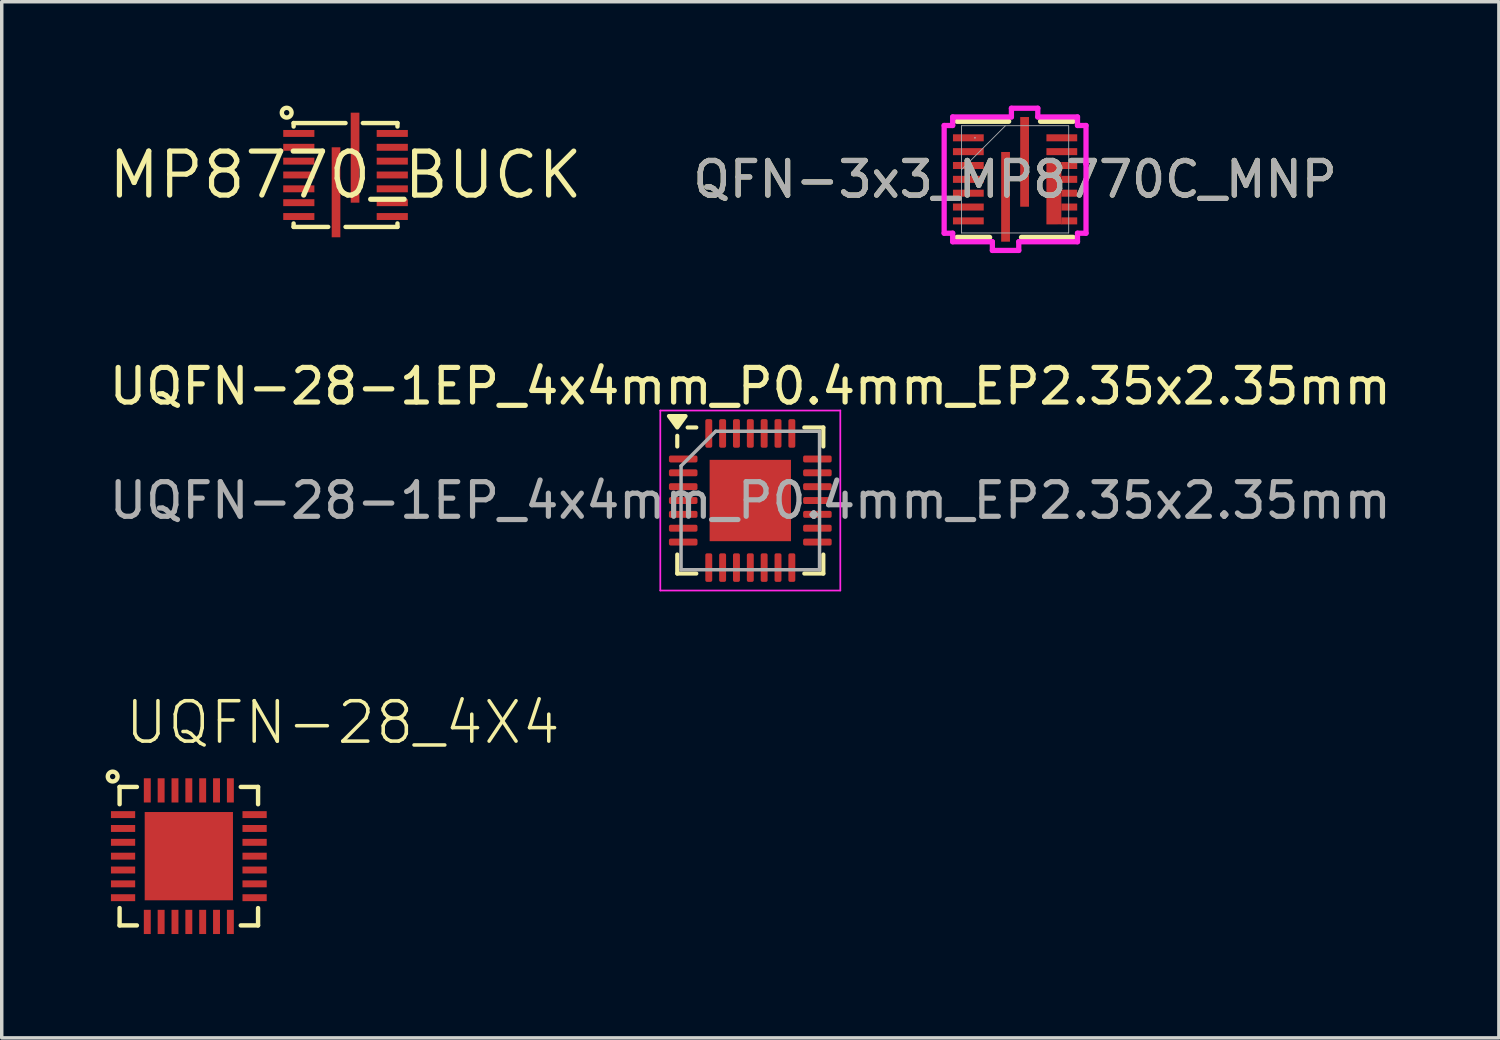
<source format=kicad_pcb>
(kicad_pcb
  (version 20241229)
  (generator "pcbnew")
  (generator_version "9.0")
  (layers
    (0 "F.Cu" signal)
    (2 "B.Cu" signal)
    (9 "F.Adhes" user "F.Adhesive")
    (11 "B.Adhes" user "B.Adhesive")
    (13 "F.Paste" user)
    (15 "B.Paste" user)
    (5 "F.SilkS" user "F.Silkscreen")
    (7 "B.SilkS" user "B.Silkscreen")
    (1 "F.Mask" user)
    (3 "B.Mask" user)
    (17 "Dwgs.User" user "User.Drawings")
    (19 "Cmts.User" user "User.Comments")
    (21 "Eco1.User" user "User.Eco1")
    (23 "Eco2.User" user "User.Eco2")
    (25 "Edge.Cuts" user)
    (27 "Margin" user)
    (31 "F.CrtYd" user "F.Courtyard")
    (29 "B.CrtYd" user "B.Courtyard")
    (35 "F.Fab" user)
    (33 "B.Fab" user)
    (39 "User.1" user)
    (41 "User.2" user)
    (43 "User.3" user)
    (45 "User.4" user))
  (footprint "UQFN-28-1EP_4x4mm_P0.4mm_EP2.35x2.35mm"
    (layer "F.Cu")
    (at 18.625 11.409)
    (property "Reference" "UQFN-28-1EP_4x4mm_P0.4mm_EP2.35x2.35mm" (at 0 -3.3 0) (layer "F.SilkS") (effects (font (size 1 1) (thickness 0.15))))
    (attr smd)
    (fp_line (start -2.11 -1.56) (end -2.11 -1.87) (stroke (width 0.12) (type solid)) (layer "F.SilkS"))
    (fp_line (start -2.11 2.11) (end -2.11 1.56) (stroke (width 0.12) (type solid)) (layer "F.SilkS"))
    (fp_line (start -1.56 -2.11) (end -1.81 -2.11) (stroke (width 0.12) (type solid)) (layer "F.SilkS"))
    (fp_line (start -1.56 2.11) (end -2.11 2.11) (stroke (width 0.12) (type solid)) (layer "F.SilkS"))
    (fp_line (start 1.56 -2.11) (end 2.11 -2.11) (stroke (width 0.12) (type solid)) (layer "F.SilkS"))
    (fp_line (start 1.56 2.11) (end 2.11 2.11) (stroke (width 0.12) (type solid)) (layer "F.SilkS"))
    (fp_line (start 2.11 -2.11) (end 2.11 -1.56) (stroke (width 0.12) (type solid)) (layer "F.SilkS"))
    (fp_line (start 2.11 2.11) (end 2.11 1.56) (stroke (width 0.12) (type solid)) (layer "F.SilkS"))
    (fp_poly (pts (xy -2.11 -2.11) (xy -2.35 -2.44) (xy -1.87 -2.44) (xy -2.11 -2.11)) (stroke (width 0.12) (type solid)) (fill yes) (layer "F.SilkS"))
    (fp_line (start -2.6 -2.6) (end -2.6 2.6) (stroke (width 0.05) (type solid)) (layer "F.CrtYd"))
    (fp_line (start -2.6 2.6) (end 2.6 2.6) (stroke (width 0.05) (type solid)) (layer "F.CrtYd"))
    (fp_line (start 2.6 -2.6) (end -2.6 -2.6) (stroke (width 0.05) (type solid)) (layer "F.CrtYd"))
    (fp_line (start 2.6 2.6) (end 2.6 -2.6) (stroke (width 0.05) (type solid)) (layer "F.CrtYd"))
    (fp_line (start -2 -1) (end -1 -2) (stroke (width 0.1) (type solid)) (layer "F.Fab"))
    (fp_line (start -2 2) (end -2 -1) (stroke (width 0.1) (type solid)) (layer "F.Fab"))
    (fp_line (start -1 -2) (end 2 -2) (stroke (width 0.1) (type solid)) (layer "F.Fab"))
    (fp_line (start 2 -2) (end 2 2) (stroke (width 0.1) (type solid)) (layer "F.Fab"))
    (fp_line (start 2 2) (end -2 2) (stroke (width 0.1) (type solid)) (layer "F.Fab"))
    (fp_text user "${REFERENCE}" (at 0 0 0) (layer "F.Fab") (effects (font (size 1 1) (thickness 0.15))))
    (pad "" smd roundrect (at -0.59 -0.59) (size 0.95 0.95) (layers "F.Paste") (roundrect_rratio 0.25))
    (pad "" smd roundrect (at -0.59 0.59) (size 0.95 0.95) (layers "F.Paste") (roundrect_rratio 0.25))
    (pad "" smd roundrect (at 0.59 -0.59) (size 0.95 0.95) (layers "F.Paste") (roundrect_rratio 0.25))
    (pad "" smd roundrect (at 0.59 0.59) (size 0.95 0.95) (layers "F.Paste") (roundrect_rratio 0.25))
    (pad "1" smd roundrect (at -1.938 -1.2) (size 0.825 0.2) (layers "F.Cu" "F.Mask" "F.Paste") (roundrect_rratio 0.25))
    (pad "2" smd roundrect (at -1.938 -0.8) (size 0.825 0.2) (layers "F.Cu" "F.Mask" "F.Paste") (roundrect_rratio 0.25))
    (pad "3" smd roundrect (at -1.938 -0.4) (size 0.825 0.2) (layers "F.Cu" "F.Mask" "F.Paste") (roundrect_rratio 0.25))
    (pad "4" smd roundrect (at -1.938 0) (size 0.825 0.2) (layers "F.Cu" "F.Mask" "F.Paste") (roundrect_rratio 0.25))
    (pad "5" smd roundrect (at -1.938 0.4) (size 0.825 0.2) (layers "F.Cu" "F.Mask" "F.Paste") (roundrect_rratio 0.25))
    (pad "6" smd roundrect (at -1.938 0.8) (size 0.825 0.2) (layers "F.Cu" "F.Mask" "F.Paste") (roundrect_rratio 0.25))
    (pad "7" smd roundrect (at -1.938 1.2) (size 0.825 0.2) (layers "F.Cu" "F.Mask" "F.Paste") (roundrect_rratio 0.25))
    (pad "8" smd roundrect (at -1.2 1.938) (size 0.2 0.825) (layers "F.Cu" "F.Mask" "F.Paste") (roundrect_rratio 0.25))
    (pad "9" smd roundrect (at -0.8 1.938) (size 0.2 0.825) (layers "F.Cu" "F.Mask" "F.Paste") (roundrect_rratio 0.25))
    (pad "10" smd roundrect (at -0.4 1.938) (size 0.2 0.825) (layers "F.Cu" "F.Mask" "F.Paste") (roundrect_rratio 0.25))
    (pad "11" smd roundrect (at 0 1.938) (size 0.2 0.825) (layers "F.Cu" "F.Mask" "F.Paste") (roundrect_rratio 0.25))
    (pad "12" smd roundrect (at 0.4 1.938) (size 0.2 0.825) (layers "F.Cu" "F.Mask" "F.Paste") (roundrect_rratio 0.25))
    (pad "13" smd roundrect (at 0.8 1.938) (size 0.2 0.825) (layers "F.Cu" "F.Mask" "F.Paste") (roundrect_rratio 0.25))
    (pad "14" smd roundrect (at 1.2 1.938) (size 0.2 0.825) (layers "F.Cu" "F.Mask" "F.Paste") (roundrect_rratio 0.25))
    (pad "15" smd roundrect (at 1.938 1.2) (size 0.825 0.2) (layers "F.Cu" "F.Mask" "F.Paste") (roundrect_rratio 0.25))
    (pad "16" smd roundrect (at 1.938 0.8) (size 0.825 0.2) (layers "F.Cu" "F.Mask" "F.Paste") (roundrect_rratio 0.25))
    (pad "17" smd roundrect (at 1.938 0.4) (size 0.825 0.2) (layers "F.Cu" "F.Mask" "F.Paste") (roundrect_rratio 0.25))
    (pad "18" smd roundrect (at 1.938 0) (size 0.825 0.2) (layers "F.Cu" "F.Mask" "F.Paste") (roundrect_rratio 0.25))
    (pad "19" smd roundrect (at 1.938 -0.4) (size 0.825 0.2) (layers "F.Cu" "F.Mask" "F.Paste") (roundrect_rratio 0.25))
    (pad "20" smd roundrect (at 1.938 -0.8) (size 0.825 0.2) (layers "F.Cu" "F.Mask" "F.Paste") (roundrect_rratio 0.25))
    (pad "21" smd roundrect (at 1.938 -1.2) (size 0.825 0.2) (layers "F.Cu" "F.Mask" "F.Paste") (roundrect_rratio 0.25))
    (pad "22" smd roundrect (at 1.2 -1.938) (size 0.2 0.825) (layers "F.Cu" "F.Mask" "F.Paste") (roundrect_rratio 0.25))
    (pad "23" smd roundrect (at 0.8 -1.938) (size 0.2 0.825) (layers "F.Cu" "F.Mask" "F.Paste") (roundrect_rratio 0.25))
    (pad "24" smd roundrect (at 0.4 -1.938) (size 0.2 0.825) (layers "F.Cu" "F.Mask" "F.Paste") (roundrect_rratio 0.25))
    (pad "25" smd roundrect (at 0 -1.938) (size 0.2 0.825) (layers "F.Cu" "F.Mask" "F.Paste") (roundrect_rratio 0.25))
    (pad "26" smd roundrect (at -0.4 -1.938) (size 0.2 0.825) (layers "F.Cu" "F.Mask" "F.Paste") (roundrect_rratio 0.25))
    (pad "27" smd roundrect (at -0.8 -1.938) (size 0.2 0.825) (layers "F.Cu" "F.Mask" "F.Paste") (roundrect_rratio 0.25))
    (pad "28" smd roundrect (at -1.2 -1.938) (size 0.2 0.825) (layers "F.Cu" "F.Mask" "F.Paste") (roundrect_rratio 0.25))
    (pad "29" smd rect (at 0 0) (size 2.35 2.35) (property pad_prop_heatsink) (layers "F.Cu" "F.Mask")))
  (footprint "UQFN-28_4X4"
    (layer "F.Cu")
    (at 2.405 21.683)
    (property "Reference" "UQFN-28_4X4" (at -1.905 -3.175 0) (unlocked yes) (layer "F.SilkS") (effects (font (size 1.168 1.168) (thickness 0.102)) (justify left bottom)))
    (fp_line (start -2 -2) (end -1.5 -2) (stroke (width 0.127) (type solid)) (layer "F.SilkS"))
    (fp_line (start -2 -1.5) (end -2 -2) (stroke (width 0.127) (type solid)) (layer "F.SilkS"))
    (fp_line (start -2 2) (end -2 1.5) (stroke (width 0.127) (type solid)) (layer "F.SilkS"))
    (fp_line (start -1.5 2) (end -2 2) (stroke (width 0.127) (type solid)) (layer "F.SilkS"))
    (fp_line (start 1.5 -2) (end 2 -2) (stroke (width 0.127) (type solid)) (layer "F.SilkS"))
    (fp_line (start 2 -2) (end 2 -1.5) (stroke (width 0.127) (type solid)) (layer "F.SilkS"))
    (fp_line (start 2 1.5) (end 2 2) (stroke (width 0.127) (type solid)) (layer "F.SilkS"))
    (fp_line (start 2 2) (end 1.5 2) (stroke (width 0.127) (type solid)) (layer "F.SilkS"))
    (fp_circle (center -2.2 -2.3) (end -2.059 -2.3) (stroke (width 0.127) (type solid)) (fill no) (layer "F.SilkS"))
    (pad "P$1" smd rect (at -1.9 -1.2 90) (size 0.2 0.7) (layers "F.Cu" "F.Mask" "F.Paste"))
    (pad "P$2" smd rect (at -1.9 -0.8 90) (size 0.2 0.7) (layers "F.Cu" "F.Mask" "F.Paste"))
    (pad "P$3" smd rect (at -1.9 -0.4 90) (size 0.2 0.7) (layers "F.Cu" "F.Mask" "F.Paste"))
    (pad "P$4" smd rect (at -1.9 0 90) (size 0.2 0.7) (layers "F.Cu" "F.Mask" "F.Paste"))
    (pad "P$5" smd rect (at -1.9 0.4 90) (size 0.2 0.7) (layers "F.Cu" "F.Mask" "F.Paste"))
    (pad "P$6" smd rect (at -1.9 0.8 90) (size 0.2 0.7) (layers "F.Cu" "F.Mask" "F.Paste"))
    (pad "P$7" smd rect (at -1.9 1.2 90) (size 0.2 0.7) (layers "F.Cu" "F.Mask" "F.Paste"))
    (pad "P$8" smd rect (at -1.2 1.9 180) (size 0.2 0.7) (layers "F.Cu" "F.Mask" "F.Paste"))
    (pad "P$9" smd rect (at -0.8 1.9 180) (size 0.2 0.7) (layers "F.Cu" "F.Mask" "F.Paste"))
    (pad "P$10" smd rect (at -0.4 1.9 180) (size 0.2 0.7) (layers "F.Cu" "F.Mask" "F.Paste"))
    (pad "P$11" smd rect (at 0 1.9 180) (size 0.2 0.7) (layers "F.Cu" "F.Mask" "F.Paste"))
    (pad "P$12" smd rect (at 0.4 1.9 180) (size 0.2 0.7) (layers "F.Cu" "F.Mask" "F.Paste"))
    (pad "P$13" smd rect (at 0.8 1.9 180) (size 0.2 0.7) (layers "F.Cu" "F.Mask" "F.Paste"))
    (pad "P$14" smd rect (at 1.2 1.9 180) (size 0.2 0.7) (layers "F.Cu" "F.Mask" "F.Paste"))
    (pad "P$15" smd rect (at 1.9 1.2 270) (size 0.2 0.7) (layers "F.Cu" "F.Mask" "F.Paste"))
    (pad "P$16" smd rect (at 1.9 0.8 270) (size 0.2 0.7) (layers "F.Cu" "F.Mask" "F.Paste"))
    (pad "P$17" smd rect (at 1.9 0.4 270) (size 0.2 0.7) (layers "F.Cu" "F.Mask" "F.Paste"))
    (pad "P$18" smd rect (at 1.9 0 270) (size 0.2 0.7) (layers "F.Cu" "F.Mask" "F.Paste"))
    (pad "P$19" smd rect (at 1.9 -0.4 270) (size 0.2 0.7) (layers "F.Cu" "F.Mask" "F.Paste"))
    (pad "P$20" smd rect (at 1.9 -0.8 270) (size 0.2 0.7) (layers "F.Cu" "F.Mask" "F.Paste"))
    (pad "P$21" smd rect (at 1.9 -1.2 270) (size 0.2 0.7) (layers "F.Cu" "F.Mask" "F.Paste"))
    (pad "P$22" smd rect (at 1.2 -1.9) (size 0.2 0.7) (layers "F.Cu" "F.Mask" "F.Paste"))
    (pad "P$23" smd rect (at 0.8 -1.9) (size 0.2 0.7) (layers "F.Cu" "F.Mask" "F.Paste"))
    (pad "P$24" smd rect (at 0.4 -1.9) (size 0.2 0.7) (layers "F.Cu" "F.Mask" "F.Paste"))
    (pad "P$25" smd rect (at 0 -1.9) (size 0.2 0.7) (layers "F.Cu" "F.Mask" "F.Paste"))
    (pad "P$26" smd rect (at -0.4 -1.9) (size 0.2 0.7) (layers "F.Cu" "F.Mask" "F.Paste"))
    (pad "P$27" smd rect (at -0.8 -1.9) (size 0.2 0.7) (layers "F.Cu" "F.Mask" "F.Paste"))
    (pad "P$28" smd rect (at -1.2 -1.9) (size 0.2 0.7) (layers "F.Cu" "F.Mask" "F.Paste"))
    (pad "PAD" smd rect (at 0 0) (size 2.55 2.55) (layers "F.Cu" "F.Mask" "F.Paste")))
  (footprint "MP8770_BUCK"
    (layer "F.Cu")
    (at 6.932 2.005)
    (property "Reference" "MP8770_BUCK" (at 0 0 0) (layer "F.SilkS") (effects (font (size 1.27 1.27) (thickness 0.15))))
    (fp_poly (pts (xy -1.909 -1.048) (xy -0.791 -1.048) (xy -0.791 -1.352) (xy -1.909 -1.352)) (stroke (width 0) (type default)) (fill yes) (layer "F.Mask"))
    (fp_poly (pts (xy -1.909 -0.648) (xy -0.791 -0.648) (xy -0.791 -0.952) (xy -1.909 -0.952)) (stroke (width 0) (type default)) (fill yes) (layer "F.Mask"))
    (fp_poly (pts (xy -1.909 -0.248) (xy -0.791 -0.248) (xy -0.791 -0.552) (xy -1.909 -0.552)) (stroke (width 0) (type default)) (fill yes) (layer "F.Mask"))
    (fp_poly (pts (xy -1.909 0.152) (xy -0.791 0.152) (xy -0.791 -0.152) (xy -1.909 -0.152)) (stroke (width 0) (type default)) (fill yes) (layer "F.Mask"))
    (fp_poly (pts (xy -1.909 0.552) (xy -0.791 0.552) (xy -0.791 0.248) (xy -1.909 0.248)) (stroke (width 0) (type default)) (fill yes) (layer "F.Mask"))
    (fp_poly (pts (xy -1.909 0.952) (xy -0.791 0.952) (xy -0.791 0.648) (xy -1.909 0.648)) (stroke (width 0) (type default)) (fill yes) (layer "F.Mask"))
    (fp_poly (pts (xy -1.909 1.352) (xy -0.791 1.352) (xy -0.791 1.048) (xy -1.909 1.048)) (stroke (width 0) (type default)) (fill yes) (layer "F.Mask"))
    (fp_poly (pts (xy 0.791 -1.048) (xy 1.909 -1.048) (xy 1.909 -1.352) (xy 0.791 -1.352)) (stroke (width 0) (type default)) (fill yes) (layer "F.Mask"))
    (fp_poly (pts (xy 0.791 -0.648) (xy 1.909 -0.648) (xy 1.909 -0.952) (xy 0.791 -0.952)) (stroke (width 0) (type default)) (fill yes) (layer "F.Mask"))
    (fp_poly (pts (xy 0.791 -0.248) (xy 1.909 -0.248) (xy 1.909 -0.552) (xy 0.791 -0.552)) (stroke (width 0) (type default)) (fill yes) (layer "F.Mask"))
    (fp_poly (pts (xy 0.791 0.152) (xy 1.909 0.152) (xy 1.909 -0.152) (xy 0.791 -0.152)) (stroke (width 0) (type default)) (fill yes) (layer "F.Mask"))
    (fp_poly (pts (xy 0.791 0.552) (xy 1.909 0.552) (xy 1.909 0.248) (xy 0.791 0.248)) (stroke (width 0) (type default)) (fill yes) (layer "F.Mask"))
    (fp_poly (pts (xy 0.791 0.952) (xy 1.909 0.952) (xy 1.909 0.648) (xy 0.791 0.648)) (stroke (width 0) (type default)) (fill yes) (layer "F.Mask"))
    (fp_poly (pts (xy 0.791 1.352) (xy 1.909 1.352) (xy 1.909 1.048) (xy 0.791 1.048)) (stroke (width 0) (type default)) (fill yes) (layer "F.Mask"))
    (fp_line (start -1.5 -1.5) (end -1.5 -1.4) (stroke (width 0.127) (type solid)) (layer "F.SilkS"))
    (fp_line (start -1.5 -1.5) (end 0 -1.5) (stroke (width 0.127) (type solid)) (layer "F.SilkS"))
    (fp_line (start -1.5 1.5) (end -1.5 1.4) (stroke (width 0.127) (type solid)) (layer "F.SilkS"))
    (fp_line (start -0.5 1.5) (end -1.5 1.5) (stroke (width 0.127) (type solid)) (layer "F.SilkS"))
    (fp_line (start 0.5 -1.5) (end 1.5 -1.5) (stroke (width 0.127) (type solid)) (layer "F.SilkS"))
    (fp_line (start 1.5 -1.5) (end 1.5 -1.4) (stroke (width 0.127) (type solid)) (layer "F.SilkS"))
    (fp_line (start 1.5 1.4) (end 1.5 1.5) (stroke (width 0.127) (type solid)) (layer "F.SilkS"))
    (fp_line (start 1.5 1.5) (end 0 1.5) (stroke (width 0.127) (type solid)) (layer "F.SilkS"))
    (fp_circle (center -1.7 -1.8) (end -1.559 -1.8) (stroke (width 0.127) (type solid)) (fill no) (layer "F.SilkS"))
    (pad "1" smd rect (at -1.35 -1.2) (size 0.9 0.2) (layers "F.Cu" "F.Paste"))
    (pad "2" smd rect (at -1.35 -0.8) (size 0.9 0.2) (layers "F.Cu" "F.Paste"))
    (pad "3" smd rect (at -1.35 -0.4) (size 0.9 0.2) (layers "F.Cu" "F.Paste"))
    (pad "4" smd rect (at -1.35 0) (size 0.9 0.2) (layers "F.Cu" "F.Paste"))
    (pad "5" smd rect (at -1.35 0.4) (size 0.9 0.2) (layers "F.Cu" "F.Paste"))
    (pad "6" smd rect (at -1.35 0.8) (size 0.9 0.2) (layers "F.Cu" "F.Paste"))
    (pad "7" smd rect (at -1.35 1.2) (size 0.9 0.2) (layers "F.Cu" "F.Paste"))
    (pad "8" smd rect (at -0.275 0.5 90) (size 2.6 0.25) (layers "F.Cu" "F.Mask" "F.Paste"))
    (pad "9" smd rect (at 1.35 1.2 180) (size 0.9 0.2) (layers "F.Cu" "F.Paste"))
    (pad "10" smd rect (at 1.35 0.8 180) (size 0.9 0.2) (layers "F.Cu" "F.Paste"))
    (pad "11" smd rect (at 1.35 0.4 180) (size 0.9 0.2) (layers "F.Cu" "F.Paste"))
    (pad "12" smd rect (at 1.35 0 180) (size 0.9 0.2) (layers "F.Cu" "F.Paste"))
    (pad "13" smd rect (at 1.35 -0.4 180) (size 0.9 0.2) (layers "F.Cu" "F.Paste"))
    (pad "14" smd rect (at 1.35 -0.8 180) (size 0.9 0.2) (layers "F.Cu" "F.Paste"))
    (pad "15" smd rect (at 1.35 -1.2 180) (size 0.9 0.2) (layers "F.Cu" "F.Paste"))
    (pad "16" smd rect (at 0.275 -0.5 270) (size 2.6 0.25) (layers "F.Cu" "F.Mask" "F.Paste")))
  (footprint "QFN-3x3_MP8770C_MNP"
    (layer "F.Cu")
    (at 26.274 2.131)
    (property "Reference" "QFN-3x3_MP8770C_MNP" (at 0 0 0) (unlocked yes) (layer "F.SilkS") (effects (font (size 1 1) (thickness 0.15))))
    (attr smd)
    (fp_poly (pts (xy 0.905 -0.502) (xy 1.337 -0.502) (xy 1.337 -0.298) (xy 1.337 -0.102) (xy 1.337 0.102) (xy 1.337 0.298) (xy 1.337 0.502) (xy 1.337 0.698) (xy 1.337 0.902) (xy 1.337 1.098) (xy 1.35 1.3) (xy 0.905 1.302)) (stroke (width 0) (type solid)) (fill yes) (layer "F.Cu"))
    (fp_poly (pts (xy 0.905 -0.502) (xy 1.337 -0.502) (xy 1.337 -0.298) (xy 1.337 -0.102) (xy 1.337 0.102) (xy 1.337 0.298) (xy 1.337 0.502) (xy 1.337 0.698) (xy 1.337 0.902) (xy 1.337 1.098) (xy 1.35 1.3) (xy 0.905 1.302)) (stroke (width 0) (type solid)) (fill yes) (layer "F.Mask"))
    (fp_line (start -1.676 -1.676) (end -0.185 -1.676) (stroke (width 0.152) (type solid)) (layer "F.SilkS"))
    (fp_line (start -0.735 1.676) (end -1.676 1.676) (stroke (width 0.152) (type solid)) (layer "F.SilkS"))
    (fp_line (start 0.735 -1.676) (end 1.676 -1.676) (stroke (width 0.152) (type solid)) (layer "F.SilkS"))
    (fp_line (start 1.676 1.676) (end 0.185 1.676) (stroke (width 0.152) (type solid)) (layer "F.SilkS"))
    (fp_poly (pts (xy 0.905 -0.502) (xy 1.337 -0.502) (xy 1.337 -0.298) (xy 1.337 -0.102) (xy 1.337 0.102) (xy 1.337 0.298) (xy 1.337 0.502) (xy 1.337 0.698) (xy 1.337 0.902) (xy 1.337 1.098) (xy 1.35 1.3) (xy 0.905 1.302)) (stroke (width 0) (type solid)) (fill yes) (layer "F.Paste"))
    (fp_line (start -2.049 -1.556) (end -2.049 1.556) (stroke (width 0.152) (type solid)) (layer "F.CrtYd"))
    (fp_line (start -2.049 1.556) (end -1.803 1.556) (stroke (width 0.152) (type solid)) (layer "F.CrtYd"))
    (fp_line (start -1.803 -1.803) (end -1.803 -1.556) (stroke (width 0.152) (type solid)) (layer "F.CrtYd"))
    (fp_line (start -1.803 -1.556) (end -2.049 -1.556) (stroke (width 0.152) (type solid)) (layer "F.CrtYd"))
    (fp_line (start -1.803 1.556) (end -1.803 1.803) (stroke (width 0.152) (type solid)) (layer "F.CrtYd"))
    (fp_line (start -1.803 1.803) (end -0.656 1.803) (stroke (width 0.152) (type solid)) (layer "F.CrtYd"))
    (fp_line (start -0.656 1.803) (end -0.656 2.054) (stroke (width 0.152) (type solid)) (layer "F.CrtYd"))
    (fp_line (start -0.656 2.054) (end 0.106 2.054) (stroke (width 0.152) (type solid)) (layer "F.CrtYd"))
    (fp_line (start -0.106 -2.054) (end -0.106 -1.803) (stroke (width 0.152) (type solid)) (layer "F.CrtYd"))
    (fp_line (start -0.106 -1.803) (end -1.803 -1.803) (stroke (width 0.152) (type solid)) (layer "F.CrtYd"))
    (fp_line (start 0.106 1.803) (end 1.803 1.803) (stroke (width 0.152) (type solid)) (layer "F.CrtYd"))
    (fp_line (start 0.106 2.054) (end 0.106 1.803) (stroke (width 0.152) (type solid)) (layer "F.CrtYd"))
    (fp_line (start 0.656 -2.054) (end -0.106 -2.054) (stroke (width 0.152) (type solid)) (layer "F.CrtYd"))
    (fp_line (start 0.656 -1.803) (end 0.656 -2.054) (stroke (width 0.152) (type solid)) (layer "F.CrtYd"))
    (fp_line (start 1.803 -1.803) (end 0.656 -1.803) (stroke (width 0.152) (type solid)) (layer "F.CrtYd"))
    (fp_line (start 1.803 -1.556) (end 1.803 -1.803) (stroke (width 0.152) (type solid)) (layer "F.CrtYd"))
    (fp_line (start 1.803 1.556) (end 2.049 1.556) (stroke (width 0.152) (type solid)) (layer "F.CrtYd"))
    (fp_line (start 1.803 1.803) (end 1.803 1.556) (stroke (width 0.152) (type solid)) (layer "F.CrtYd"))
    (fp_line (start 2.049 -1.556) (end 1.803 -1.556) (stroke (width 0.152) (type solid)) (layer "F.CrtYd"))
    (fp_line (start 2.049 -0.444) (end 2.049 -1.556) (stroke (width 0.152) (type solid)) (layer "F.CrtYd"))
    (fp_line (start 2.049 -0.444) (end 2.049 -0.444) (stroke (width 0.152) (type solid)) (layer "F.CrtYd"))
    (fp_line (start 2.049 1.556) (end 2.049 -0.444) (stroke (width 0.152) (type solid)) (layer "F.CrtYd"))
    (fp_line (start -1.549 -1.549) (end -1.549 1.549) (stroke (width 0.025) (type solid)) (layer "F.Fab"))
    (fp_line (start -1.549 -0.279) (end -0.279 -1.549) (stroke (width 0.025) (type solid)) (layer "F.Fab"))
    (fp_line (start -1.549 1.549) (end 1.549 1.549) (stroke (width 0.025) (type solid)) (layer "F.Fab"))
    (fp_line (start 1.549 -1.549) (end -1.549 -1.549) (stroke (width 0.025) (type solid)) (layer "F.Fab"))
    (fp_line (start 1.549 1.549) (end 1.549 -1.549) (stroke (width 0.025) (type solid)) (layer "F.Fab"))
    (fp_circle (center -1.159 -1.2) (end -1.159 -1.2) (stroke (width 0.025) (type solid)) (fill no) (layer "F.Fab"))
    (fp_text user "${REFERENCE}" (at 0 0 0) (unlocked yes) (layer "F.Fab") (effects (font (size 1 1) (thickness 0.15))))
    (pad "1" smd rect (at -1.35 -1.2) (size 0.889 0.203) (layers "F.Cu" "F.Mask" "F.Paste"))
    (pad "2" smd rect (at -1.35 -0.8) (size 0.889 0.203) (layers "F.Cu" "F.Mask" "F.Paste"))
    (pad "3" smd rect (at -1.35 -0.4) (size 0.889 0.203) (layers "F.Cu" "F.Mask" "F.Paste"))
    (pad "4" smd rect (at -1.35 0) (size 0.889 0.203) (layers "F.Cu" "F.Mask" "F.Paste"))
    (pad "5" smd rect (at -1.35 0.4) (size 0.889 0.203) (layers "F.Cu" "F.Mask" "F.Paste"))
    (pad "6" smd rect (at -1.35 0.8) (size 0.889 0.203) (layers "F.Cu" "F.Mask" "F.Paste"))
    (pad "7" smd rect (at -1.35 1.2) (size 0.889 0.203) (layers "F.Cu" "F.Mask" "F.Paste"))
    (pad "8" smd rect (at -0.275 0.505 90) (size 2.591 0.254) (layers "F.Cu" "F.Mask" "F.Paste"))
    (pad "9" smd rect (at 1.566 1.2) (size 0.457 0.203) (layers "F.Cu" "F.Mask" "F.Paste"))
    (pad "10" smd rect (at 1.566 0.8) (size 0.457 0.203) (layers "F.Cu" "F.Mask" "F.Paste"))
    (pad "11" smd rect (at 1.566 0.4) (size 0.457 0.203) (layers "F.Cu" "F.Mask" "F.Paste"))
    (pad "12" smd rect (at 1.566 0) (size 0.457 0.203) (layers "F.Cu" "F.Mask" "F.Paste"))
    (pad "13" smd rect (at 1.566 -0.4) (size 0.457 0.203) (layers "F.Cu" "F.Mask" "F.Paste"))
    (pad "14" smd rect (at 1.35 -0.8) (size 0.889 0.203) (layers "F.Cu" "F.Mask" "F.Paste"))
    (pad "15" smd rect (at 1.35 -1.2) (size 0.889 0.203) (layers "F.Cu" "F.Mask" "F.Paste"))
    (pad "16" smd rect (at 0.275 -0.505 90) (size 2.591 0.254) (layers "F.Cu" "F.Mask" "F.Paste")))
  (gr_rect
    (start -3 -3)
    (end 40.25 26.933)
    (stroke (width 0.1) (type default))
    (fill no)
    (layer "Edge.Cuts")))
</source>
